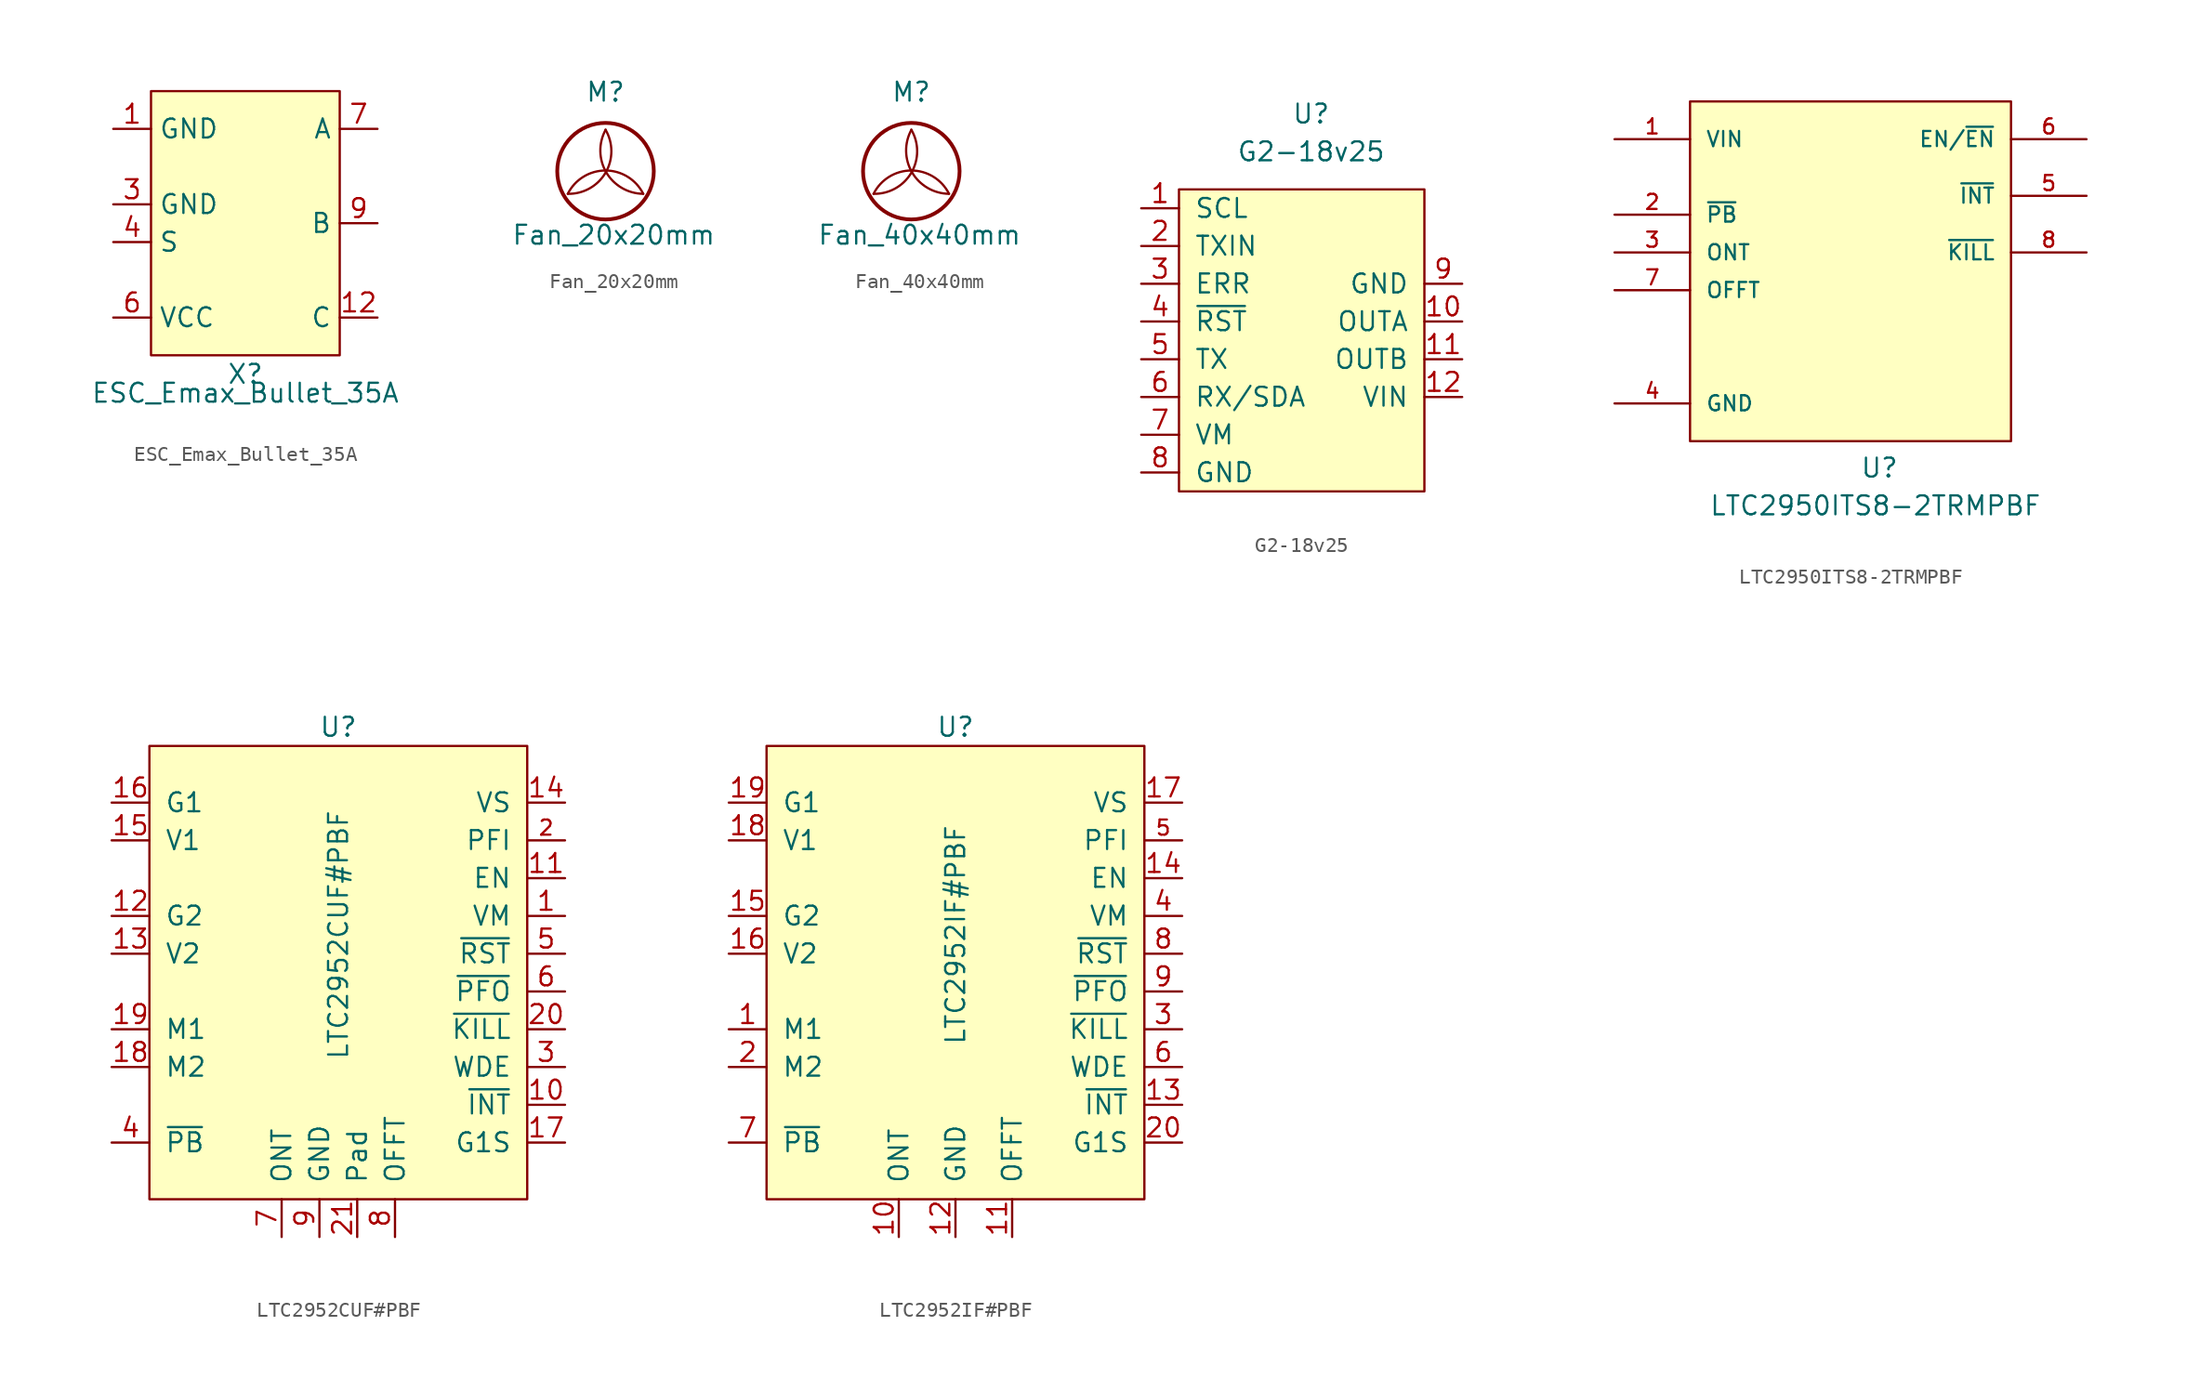
<source format=kicad_sym>
(kicad_symbol_lib
  (version 20220914)
  (generator kicad_symbol_editor)
  (symbol "ESC_Emax_Bullet_35A"
    (property "Reference" "X"
      (at 0 -10.16 0)
      (effects (font (size 1.27 1.27))))
    (property "Value" "ESC_Emax_Bullet_35A"
      (at 0 -11.43 0)
      (effects (font (size 1.27 1.27))))
    (symbol "ESC_Emax_Bullet_35A_0_1"
      (rectangle (start -6.35 8.89) (end 6.35 -8.89) (stroke (width 0) (type default)) (fill (type background))))
    (symbol "ESC_Emax_Bullet_35A_1_1"
      (pin power_in line (at -8.89 6.35 0) (length 2.54) (name "GND" (effects (font (size 1.27 1.27)))) (number "1" (effects (font (size 1.27 1.27)))))
      (pin power_out line (at 8.89 0 180) (length 2.54) hide (name "B" (effects (font (size 1.27 1.27)))) (number "10" (effects (font (size 1.27 1.27)))))
      (pin power_out line (at 8.89 -6.35 180) (length 2.54) hide (name "C" (effects (font (size 1.27 1.27)))) (number "11" (effects (font (size 1.27 1.27)))))
      (pin power_out line (at 8.89 -6.35 180) (length 2.54) (name "C" (effects (font (size 1.27 1.27)))) (number "12" (effects (font (size 1.27 1.27)))))
      (pin power_in line (at -8.89 6.35 0) (length 2.54) hide (name "GND" (effects (font (size 1.27 1.27)))) (number "2" (effects (font (size 1.27 1.27)))))
      (pin passive line (at -8.89 1.27 0) (length 2.54) (name "GND" (effects (font (size 1.27 1.27)))) (number "3" (effects (font (size 1.27 1.27)))))
      (pin input line (at -8.89 -1.27 0) (length 2.54) (name "S" (effects (font (size 1.27 1.27)))) (number "4" (effects (font (size 1.27 1.27)))))
      (pin power_in line (at -8.89 -6.35 0) (length 2.54) hide (name "VCC" (effects (font (size 1.27 1.27)))) (number "5" (effects (font (size 1.27 1.27)))))
      (pin power_in line (at -8.89 -6.35 0) (length 2.54) (name "VCC" (effects (font (size 1.27 1.27)))) (number "6" (effects (font (size 1.27 1.27)))))
      (pin power_out line (at 8.89 6.35 180) (length 2.54) (name "A" (effects (font (size 1.27 1.27)))) (number "7" (effects (font (size 1.27 1.27)))))
      (pin power_out line (at 8.89 6.35 180) (length 2.54) hide (name "A" (effects (font (size 1.27 1.27)))) (number "8" (effects (font (size 1.27 1.27)))))
      (pin power_out line (at 8.89 0 180) (length 2.54) (name "B" (effects (font (size 1.27 1.27)))) (number "9" (effects (font (size 1.27 1.27)))))))
  (symbol "Fan_20x20mm"
    (pin_names
      (offset 0))
    (property "Reference" "M"
      (at 0 6.35 0)
      (effects (font (size 1.27 1.27))))
    (property "Value" "Fan_20x20mm"
      (at -6.35 -2.54 0)
      (effects (font (size 1.27 1.27)) (justify left top)))
    (symbol "Fan_20x20mm_0_1"
      (arc (start -2.54 -0.508) (mid 0.0028 0.9121) (end 0 3.81) (stroke (width 0) (type default)) (fill (type none)))
      (circle (center 0 1.016) (radius 3.251) (stroke (width 0.254) (type default)) (fill (type none)))
      (arc (start 0 3.81) (mid 0.053 0.921) (end 2.54 -0.508) (stroke (width 0) (type default)) (fill (type none)))
      (arc (start 2.54 -0.508) (mid 0 1.0618) (end -2.54 -0.508) (stroke (width 0) (type default)) (fill (type none)))))
  (symbol "Fan_40x40mm"
    (pin_names
      (offset 0))
    (property "Reference" "M"
      (at 0 6.35 0)
      (effects (font (size 1.27 1.27))))
    (property "Value" "Fan_40x40mm"
      (at -6.35 -2.54 0)
      (effects (font (size 1.27 1.27)) (justify left top)))
    (symbol "Fan_40x40mm_0_1"
      (arc (start -2.54 -0.508) (mid 0.0028 0.9121) (end 0 3.81) (stroke (width 0) (type default)) (fill (type none)))
      (circle (center 0 1.016) (radius 3.251) (stroke (width 0.254) (type default)) (fill (type none)))
      (arc (start 0 3.81) (mid 0.053 0.921) (end 2.54 -0.508) (stroke (width 0) (type default)) (fill (type none)))
      (arc (start 2.54 -0.508) (mid 0 1.0618) (end -2.54 -0.508) (stroke (width 0) (type default)) (fill (type none)))))
  (symbol "G2-18v25"
    (pin_names
      (offset 1.016))
    (property "Reference" "U"
      (at 0 15.24 0)
      (effects (font (size 1.27 1.27))))
    (property "Value" "G2-18v25"
      (at 0 12.7 0)
      (effects (font (size 1.27 1.27))))
    (symbol "G2-18v25_0_1"
      (rectangle (start -8.89 10.16) (end 7.62 -10.16) (stroke (width 0) (type default)) (fill (type background))))
    (symbol "G2-18v25_1_1"
      (pin bidirectional line (at -11.43 8.89 0) (length 2.54) (name "SCL" (effects (font (size 1.27 1.27)))) (number "1" (effects (font (size 1.27 1.27)))))
      (pin power_out line (at 10.16 1.27 180) (length 2.54) (name "OUTA" (effects (font (size 1.27 1.27)))) (number "10" (effects (font (size 1.27 1.27)))))
      (pin power_out line (at 10.16 -1.27 180) (length 2.54) (name "OUTB" (effects (font (size 1.27 1.27)))) (number "11" (effects (font (size 1.27 1.27)))))
      (pin power_in line (at 10.16 -3.81 180) (length 2.54) (name "VIN" (effects (font (size 1.27 1.27)))) (number "12" (effects (font (size 1.27 1.27)))))
      (pin input line (at -11.43 6.35 0) (length 2.54) (name "TXIN" (effects (font (size 1.27 1.27)))) (number "2" (effects (font (size 1.27 1.27)))))
      (pin bidirectional line (at -11.43 3.81 0) (length 2.54) (name "ERR" (effects (font (size 1.27 1.27)))) (number "3" (effects (font (size 1.27 1.27)))))
      (pin input line (at -11.43 1.27 0) (length 2.54) (name "~{RST}" (effects (font (size 1.27 1.27)))) (number "4" (effects (font (size 1.27 1.27)))))
      (pin output line (at -11.43 -1.27 0) (length 2.54) (name "TX" (effects (font (size 1.27 1.27)))) (number "5" (effects (font (size 1.27 1.27)))))
      (pin bidirectional line (at -11.43 -3.81 0) (length 2.54) (name "RX/SDA" (effects (font (size 1.27 1.27)))) (number "6" (effects (font (size 1.27 1.27)))))
      (pin power_out line (at -11.43 -6.35 0) (length 2.54) (name "VM" (effects (font (size 1.27 1.27)))) (number "7" (effects (font (size 1.27 1.27)))))
      (pin passive line (at -11.43 -8.89 0) (length 2.54) (name "GND" (effects (font (size 1.27 1.27)))) (number "8" (effects (font (size 1.27 1.27)))))
      (pin passive line (at 10.16 3.81 180) (length 2.54) (name "GND" (effects (font (size 1.27 1.27)))) (number "9" (effects (font (size 1.27 1.27)))))))
  (symbol "LTC2950ITS8-2TRMPBF"
    (pin_names
      (offset 1.016))
    (property "Reference" "U"
      (at -1.27 -17.78 0)
      (effects (font (size 1.27 1.27)) (justify left bottom)))
    (property "Value" "LTC2950ITS8-2TRMPBF"
      (at -11.43 -20.32 0)
      (effects (font (size 1.27 1.27)) (justify left bottom)))
    (symbol "LTC2950ITS8-2TRMPBF_0_0"
      (rectangle (start -12.7 -15.24) (end 8.89 7.62) (stroke (width 0) (type default)) (fill (type background)))
      (pin power_in line (at -17.78 5.08 0) (length 5.08) (name "VIN" (effects (font (size 1.016 1.016)))) (number "1" (effects (font (size 1.016 1.016)))))
      (pin input line (at -17.78 0 0) (length 5.08) (name "~{PB}" (effects (font (size 1.016 1.016)))) (number "2" (effects (font (size 1.016 1.016)))))
      (pin input line (at -17.78 -2.54 0) (length 5.08) (name "ONT" (effects (font (size 1.016 1.016)))) (number "3" (effects (font (size 1.016 1.016)))))
      (pin passive line (at -17.78 -12.7 0) (length 5.08) (name "GND" (effects (font (size 1.016 1.016)))) (number "4" (effects (font (size 1.016 1.016)))))
      (pin output line (at 13.97 1.27 180) (length 5.08) (name "~{INT}" (effects (font (size 1.016 1.016)))) (number "5" (effects (font (size 1.016 1.016)))))
      (pin output line (at 13.97 5.08 180) (length 5.08) (name "EN/~{EN}" (effects (font (size 1.016 1.016)))) (number "6" (effects (font (size 1.016 1.016)))))
      (pin input line (at -17.78 -5.08 0) (length 5.08) (name "OFFT" (effects (font (size 1.016 1.016)))) (number "7" (effects (font (size 1.016 1.016)))))
      (pin input line (at 13.97 -2.54 180) (length 5.08) (name "~{KILL}" (effects (font (size 1.016 1.016)))) (number "8" (effects (font (size 1.016 1.016)))))))
  (symbol "LTC2952CUF#PBF"
    (pin_names
      (offset 1.016))
    (property "Reference" "U"
      (at 0 16.51 0)
      (effects (font (size 1.27 1.27))))
    (property "Value" "LTC2952CUF#PBF"
      (at 0 2.54 90)
      (effects (font (size 1.27 1.27))))
    (symbol "LTC2952CUF#PBF_0_1"
      (rectangle (start 12.7 15.24) (end -12.7 -15.24) (stroke (width 0) (type default)) (fill (type background))))
    (symbol "LTC2952CUF#PBF_1_1"
      (pin input line (at 15.24 3.81 180) (length 2.54) (name "VM" (effects (font (size 1.27 1.27)))) (number "1" (effects (font (size 1.27 1.27)))))
      (pin output line (at 15.24 -8.89 180) (length 2.54) (name "~{INT}" (effects (font (size 1.27 1.27)))) (number "10" (effects (font (size 1.27 1.27)))))
      (pin output line (at 15.24 6.35 180) (length 2.54) (name "EN" (effects (font (size 1.27 1.27)))) (number "11" (effects (font (size 1.27 1.27)))))
      (pin output line (at -15.24 3.81 0) (length 2.54) (name "G2" (effects (font (size 1.27 1.27)))) (number "12" (effects (font (size 1.27 1.27)))))
      (pin power_in line (at -15.24 1.27 0) (length 2.54) (name "V2" (effects (font (size 1.27 1.27)))) (number "13" (effects (font (size 1.27 1.27)))))
      (pin power_in line (at 15.24 11.43 180) (length 2.54) (name "VS" (effects (font (size 1.27 1.27)))) (number "14" (effects (font (size 1.27 1.27)))))
      (pin power_in line (at -15.24 8.89 0) (length 2.54) (name "V1" (effects (font (size 1.27 1.27)))) (number "15" (effects (font (size 1.27 1.27)))))
      (pin output line (at -15.24 11.43 0) (length 2.54) (name "G1" (effects (font (size 1.27 1.27)))) (number "16" (effects (font (size 1.27 1.27)))))
      (pin output line (at 15.24 -11.43 180) (length 2.54) (name "G1S" (effects (font (size 1.27 1.27)))) (number "17" (effects (font (size 1.27 1.27)))))
      (pin input line (at -15.24 -6.35 0) (length 2.54) (name "M2" (effects (font (size 1.27 1.27)))) (number "18" (effects (font (size 1.27 1.27)))))
      (pin input line (at -15.24 -3.81 0) (length 2.54) (name "M1" (effects (font (size 1.27 1.27)))) (number "19" (effects (font (size 1.27 1.27)))))
      (pin input line (at 15.24 8.89 180) (length 2.54) (name "PFI" (effects (font (size 1.27 1.27)))) (number "2" (effects (font (size 1.016 1.016)))))
      (pin input line (at 15.24 -3.81 180) (length 2.54) (name "~{KILL}" (effects (font (size 1.27 1.27)))) (number "20" (effects (font (size 1.27 1.27)))))
      (pin power_in line (at 1.27 -17.78 90) (length 2.54) (name "Pad" (effects (font (size 1.27 1.27)))) (number "21" (effects (font (size 1.27 1.27)))))
      (pin input line (at 15.24 -6.35 180) (length 2.54) (name "WDE" (effects (font (size 1.27 1.27)))) (number "3" (effects (font (size 1.27 1.27)))))
      (pin input line (at -15.24 -11.43 0) (length 2.54) (name "~{PB}" (effects (font (size 1.27 1.27)))) (number "4" (effects (font (size 1.27 1.27)))))
      (pin output line (at 15.24 1.27 180) (length 2.54) (name "~{RST}" (effects (font (size 1.27 1.27)))) (number "5" (effects (font (size 1.27 1.27)))))
      (pin output line (at 15.24 -1.27 180) (length 2.54) (name "~{PFO}" (effects (font (size 1.27 1.27)))) (number "6" (effects (font (size 1.27 1.27)))))
      (pin input line (at -3.81 -17.78 90) (length 2.54) (name "ONT" (effects (font (size 1.27 1.27)))) (number "7" (effects (font (size 1.27 1.27)))))
      (pin input line (at 3.81 -17.78 90) (length 2.54) (name "OFFT" (effects (font (size 1.27 1.27)))) (number "8" (effects (font (size 1.27 1.27)))))
      (pin power_in line (at -1.27 -17.78 90) (length 2.54) (name "GND" (effects (font (size 1.27 1.27)))) (number "9" (effects (font (size 1.27 1.27)))))))
  (symbol "LTC2952IF#PBF"
    (pin_names
      (offset 1.016))
    (property "Reference" "U"
      (at 0 16.51 0)
      (effects (font (size 1.27 1.27))))
    (property "Value" "LTC2952IF#PBF"
      (at 0 2.54 90)
      (effects (font (size 1.27 1.27))))
    (symbol "LTC2952IF#PBF_0_1"
      (rectangle (start 12.7 15.24) (end -12.7 -15.24) (stroke (width 0) (type default)) (fill (type background))))
    (symbol "LTC2952IF#PBF_1_1"
      (pin input line (at -15.24 -3.81 0) (length 2.54) (name "M1" (effects (font (size 1.27 1.27)))) (number "1" (effects (font (size 1.27 1.27)))))
      (pin input line (at -3.81 -17.78 90) (length 2.54) (name "ONT" (effects (font (size 1.27 1.27)))) (number "10" (effects (font (size 1.27 1.27)))))
      (pin input line (at 3.81 -17.78 90) (length 2.54) (name "OFFT" (effects (font (size 1.27 1.27)))) (number "11" (effects (font (size 1.27 1.27)))))
      (pin power_in line (at 0 -17.78 90) (length 2.54) (name "GND" (effects (font (size 1.27 1.27)))) (number "12" (effects (font (size 1.27 1.27)))))
      (pin output line (at 15.24 -8.89 180) (length 2.54) (name "~{INT}" (effects (font (size 1.27 1.27)))) (number "13" (effects (font (size 1.27 1.27)))))
      (pin output line (at 15.24 6.35 180) (length 2.54) (name "EN" (effects (font (size 1.27 1.27)))) (number "14" (effects (font (size 1.27 1.27)))))
      (pin output line (at -15.24 3.81 0) (length 2.54) (name "G2" (effects (font (size 1.27 1.27)))) (number "15" (effects (font (size 1.27 1.27)))))
      (pin power_in line (at -15.24 1.27 0) (length 2.54) (name "V2" (effects (font (size 1.27 1.27)))) (number "16" (effects (font (size 1.27 1.27)))))
      (pin power_in line (at 15.24 11.43 180) (length 2.54) (name "VS" (effects (font (size 1.27 1.27)))) (number "17" (effects (font (size 1.27 1.27)))))
      (pin power_in line (at -15.24 8.89 0) (length 2.54) (name "V1" (effects (font (size 1.27 1.27)))) (number "18" (effects (font (size 1.27 1.27)))))
      (pin output line (at -15.24 11.43 0) (length 2.54) (name "G1" (effects (font (size 1.27 1.27)))) (number "19" (effects (font (size 1.27 1.27)))))
      (pin input line (at -15.24 -6.35 0) (length 2.54) (name "M2" (effects (font (size 1.27 1.27)))) (number "2" (effects (font (size 1.27 1.27)))))
      (pin output line (at 15.24 -11.43 180) (length 2.54) (name "G1S" (effects (font (size 1.27 1.27)))) (number "20" (effects (font (size 1.27 1.27)))))
      (pin input line (at 15.24 -3.81 180) (length 2.54) (name "~{KILL}" (effects (font (size 1.27 1.27)))) (number "3" (effects (font (size 1.27 1.27)))))
      (pin input line (at 15.24 3.81 180) (length 2.54) (name "VM" (effects (font (size 1.27 1.27)))) (number "4" (effects (font (size 1.27 1.27)))))
      (pin input line (at 15.24 8.89 180) (length 2.54) (name "PFI" (effects (font (size 1.27 1.27)))) (number "5" (effects (font (size 1.016 1.016)))))
      (pin input line (at 15.24 -6.35 180) (length 2.54) (name "WDE" (effects (font (size 1.27 1.27)))) (number "6" (effects (font (size 1.27 1.27)))))
      (pin input line (at -15.24 -11.43 0) (length 2.54) (name "~{PB}" (effects (font (size 1.27 1.27)))) (number "7" (effects (font (size 1.27 1.27)))))
      (pin output line (at 15.24 1.27 180) (length 2.54) (name "~{RST}" (effects (font (size 1.27 1.27)))) (number "8" (effects (font (size 1.27 1.27)))))
      (pin output line (at 15.24 -1.27 180) (length 2.54) (name "~{PFO}" (effects (font (size 1.27 1.27)))) (number "9" (effects (font (size 1.27 1.27))))))))
</source>
